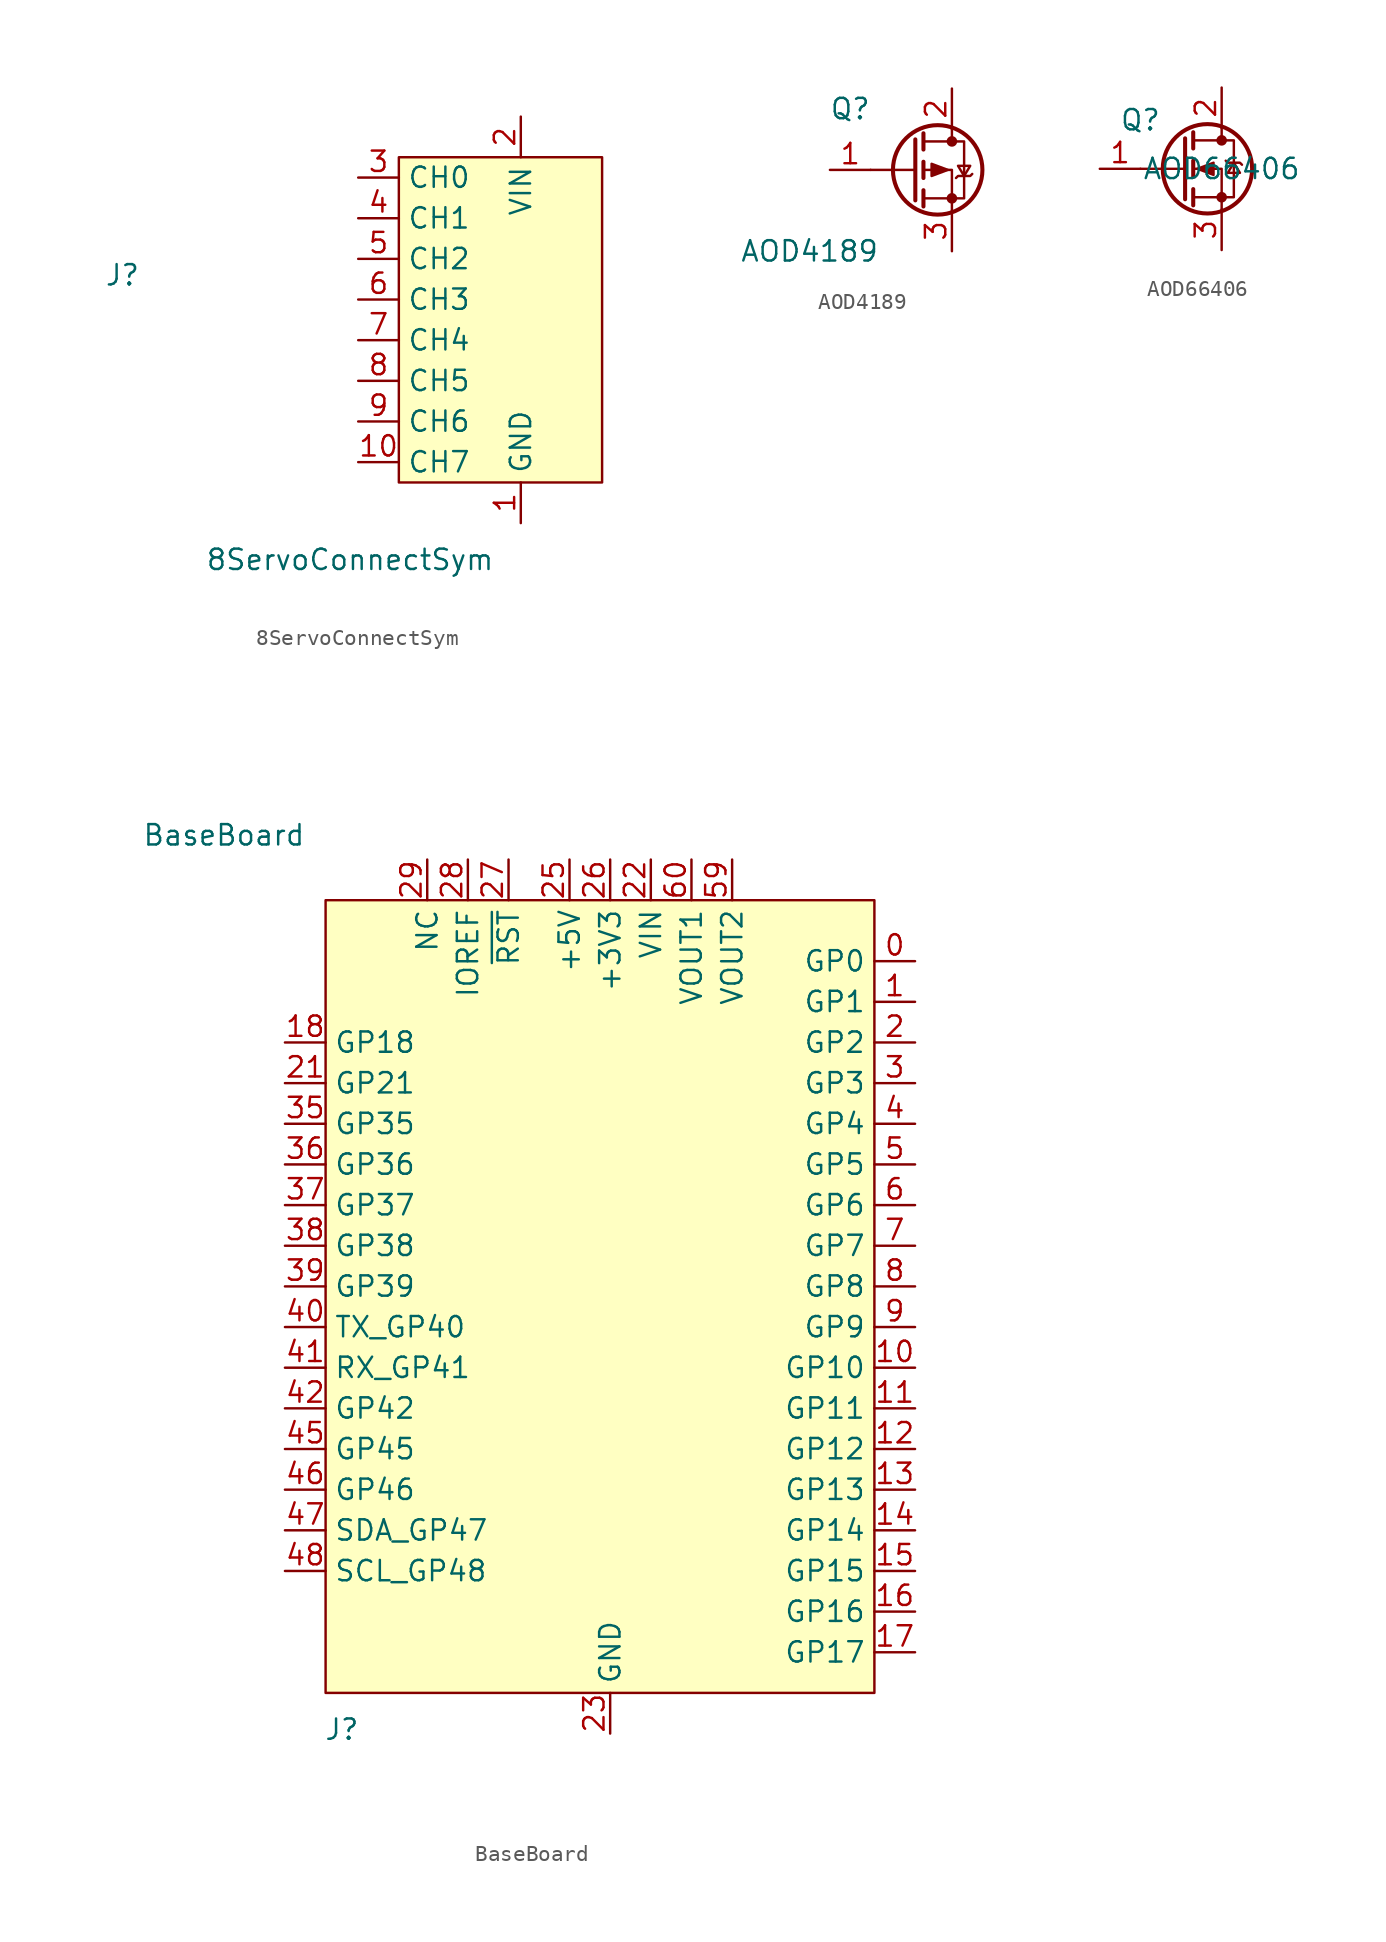
<source format=kicad_sym>
(kicad_symbol_lib
  (version 20231120)
  (generator "kicad_symbol_editor")
  (generator_version "8.0")
  (symbol "8ServoConnectSym"
    (property "Reference" "J"
      (at -17.272 -4.826 0)
      (effects (font (size 1.27 1.27))))
    (property "Value" "8ServoConnectSym"
      (at -3.048 -22.606 0)
      (effects (font (size 1.27 1.27))))
    (symbol "8ServoConnectSym_1_1"
      (rectangle (start 0 2.54) (end 12.7 -17.78) (stroke (width 0) (type default)) (fill (type background)))
      (pin power_in line (at 7.62 -20.32 90) (length 2.54) (name "GND" (effects (font (size 1.27 1.27)))) (number "1" (effects (font (size 1.27 1.27)))))
      (pin input line (at -2.54 -16.51 0) (length 2.54) (name "CH7" (effects (font (size 1.27 1.27)))) (number "10" (effects (font (size 1.27 1.27)))))
      (pin power_in line (at 7.62 5.08 270) (length 2.54) (name "VIN" (effects (font (size 1.27 1.27)))) (number "2" (effects (font (size 1.27 1.27)))))
      (pin input line (at -2.54 1.27 0) (length 2.54) (name "CH0" (effects (font (size 1.27 1.27)))) (number "3" (effects (font (size 1.27 1.27)))))
      (pin input line (at -2.54 -1.27 0) (length 2.54) (name "CH1" (effects (font (size 1.27 1.27)))) (number "4" (effects (font (size 1.27 1.27)))))
      (pin input line (at -2.54 -3.81 0) (length 2.54) (name "CH2" (effects (font (size 1.27 1.27)))) (number "5" (effects (font (size 1.27 1.27)))))
      (pin input line (at -2.54 -6.35 0) (length 2.54) (name "CH3" (effects (font (size 1.27 1.27)))) (number "6" (effects (font (size 1.27 1.27)))))
      (pin input line (at -2.54 -8.89 0) (length 2.54) (name "CH4" (effects (font (size 1.27 1.27)))) (number "7" (effects (font (size 1.27 1.27)))))
      (pin input line (at -2.54 -11.43 0) (length 2.54) (name "CH5" (effects (font (size 1.27 1.27)))) (number "8" (effects (font (size 1.27 1.27)))))
      (pin input line (at -2.54 -13.97 0) (length 2.54) (name "CH6" (effects (font (size 1.27 1.27)))) (number "9" (effects (font (size 1.27 1.27)))))))
  (symbol "AOD4189"
    (pin_names hide)
    (property "Reference" "Q"
      (at -6.35 3.81 0)
      (effects (font (size 1.27 1.27))))
    (property "Value" "AOD4189"
      (at -8.89 -5.08 0)
      (effects (font (size 1.27 1.27))))
    (symbol "AOD4189_0_1"
      (circle (center -0.889 0) (radius 2.794) (stroke (width 0.254) (type default)) (fill (type none)))
      (circle (center 0 -1.778) (radius 0.254) (stroke (width 0) (type default)) (fill (type outline)))
      (polyline (pts (xy -2.286 0) (xy -5.08 0)) (stroke (width 0) (type default)) (fill (type none)))
      (polyline (pts (xy -2.286 1.905) (xy -2.286 -1.905)) (stroke (width 0.254) (type default)) (fill (type none)))
      (polyline (pts (xy -1.778 -1.27) (xy -1.778 -2.286)) (stroke (width 0.254) (type default)) (fill (type none)))
      (polyline (pts (xy -1.778 0.508) (xy -1.778 -0.508)) (stroke (width 0.254) (type default)) (fill (type none)))
      (polyline (pts (xy -1.778 2.286) (xy -1.778 1.27)) (stroke (width 0.254) (type default)) (fill (type none)))
      (polyline (pts (xy 0 2.54) (xy 0 1.778)) (stroke (width 0) (type default)) (fill (type none)))
      (polyline (pts (xy 0 -2.54) (xy 0 0) (xy -1.778 0)) (stroke (width 0) (type default)) (fill (type none)))
      (polyline (pts (xy -1.778 1.778) (xy 0.762 1.778) (xy 0.762 -1.778) (xy -1.778 -1.778)) (stroke (width 0) (type default)) (fill (type none)))
      (polyline (pts (xy -0.254 0) (xy -1.27 0.381) (xy -1.27 -0.381) (xy -0.254 0)) (stroke (width 0) (type default)) (fill (type outline)))
      (polyline (pts (xy 0.254 -0.508) (xy 0.381 -0.381) (xy 1.143 -0.381) (xy 1.27 -0.254)) (stroke (width 0) (type default)) (fill (type none)))
      (polyline (pts (xy 0.762 -0.381) (xy 0.381 0.254) (xy 1.143 0.254) (xy 0.762 -0.381)) (stroke (width 0) (type default)) (fill (type none)))
      (circle (center 0 1.778) (radius 0.254) (stroke (width 0) (type default)) (fill (type outline))))
    (symbol "AOD4189_1_1"
      (pin input line (at -7.62 0 0) (length 2.54) (name "G" (effects (font (size 1.27 1.27)))) (number "1" (effects (font (size 1.27 1.27)))))
      (pin passive line (at 0 5.08 270) (length 2.54) (name "D" (effects (font (size 1.27 1.27)))) (number "2" (effects (font (size 1.27 1.27)))))
      (pin passive line (at 0 -5.08 90) (length 2.54) (name "S" (effects (font (size 1.27 1.27)))) (number "3" (effects (font (size 1.27 1.27)))))))
  (symbol "AOD66406"
    (pin_names hide)
    (property "Reference" "Q"
      (at -5.08 3.048 0)
      (effects (font (size 1.27 1.27))))
    (property "Value" "AOD66406"
      (at 0 0 0)
      (effects (font (size 1.27 1.27))))
    (symbol "AOD66406_0_1"
      (circle (center -0.889 0) (radius 2.794) (stroke (width 0.254) (type default)) (fill (type none)))
      (circle (center 0 -1.778) (radius 0.254) (stroke (width 0) (type default)) (fill (type outline)))
      (polyline (pts (xy -2.286 0) (xy -5.08 0)) (stroke (width 0) (type default)) (fill (type none)))
      (polyline (pts (xy -2.286 1.905) (xy -2.286 -1.905)) (stroke (width 0.254) (type default)) (fill (type none)))
      (polyline (pts (xy -1.778 -1.27) (xy -1.778 -2.286)) (stroke (width 0.254) (type default)) (fill (type none)))
      (polyline (pts (xy -1.778 0.508) (xy -1.778 -0.508)) (stroke (width 0.254) (type default)) (fill (type none)))
      (polyline (pts (xy -1.778 2.286) (xy -1.778 1.27)) (stroke (width 0.254) (type default)) (fill (type none)))
      (polyline (pts (xy 0 2.54) (xy 0 1.778)) (stroke (width 0) (type default)) (fill (type none)))
      (polyline (pts (xy 0 -2.54) (xy 0 0) (xy -1.778 0)) (stroke (width 0) (type default)) (fill (type none)))
      (polyline (pts (xy -1.778 -1.778) (xy 0.762 -1.778) (xy 0.762 1.778) (xy -1.778 1.778)) (stroke (width 0) (type default)) (fill (type none)))
      (polyline (pts (xy -1.524 0) (xy -0.508 0.381) (xy -0.508 -0.381) (xy -1.524 0)) (stroke (width 0) (type default)) (fill (type outline)))
      (polyline (pts (xy 0.254 0.508) (xy 0.381 0.381) (xy 1.143 0.381) (xy 1.27 0.254)) (stroke (width 0) (type default)) (fill (type none)))
      (polyline (pts (xy 0.762 0.381) (xy 0.381 -0.254) (xy 1.143 -0.254) (xy 0.762 0.381)) (stroke (width 0) (type default)) (fill (type none)))
      (circle (center 0 1.778) (radius 0.254) (stroke (width 0) (type default)) (fill (type outline))))
    (symbol "AOD66406_1_1"
      (pin input line (at -7.62 0 0) (length 2.54) (name "G" (effects (font (size 1.27 1.27)))) (number "1" (effects (font (size 1.27 1.27)))))
      (pin passive line (at 0 5.08 270) (length 2.54) (name "D" (effects (font (size 1.27 1.27)))) (number "2" (effects (font (size 1.27 1.27)))))
      (pin passive line (at 0 -5.08 90) (length 2.54) (name "S" (effects (font (size 1.27 1.27)))) (number "3" (effects (font (size 1.27 1.27)))))))
  (symbol "BaseBoard"
    (property "Reference" "J"
      (at -19.304 -42.926 0)
      (effects (font (size 1.27 1.27))))
    (property "Value" "BaseBoard"
      (at -26.67 12.954 0)
      (effects (font (size 1.27 1.27))))
    (symbol "BaseBoard_1_1"
      (rectangle (start -20.32 8.89) (end 13.97 -40.64) (stroke (width 0) (type default)) (fill (type background)))
      (pin bidirectional line (at 16.51 5.08 180) (length 2.54) (name "GP0" (effects (font (size 1.27 1.27)))) (number "0" (effects (font (size 1.27 1.27)))))
      (pin bidirectional line (at 16.51 2.54 180) (length 2.54) (name "GP1" (effects (font (size 1.27 1.27)))) (number "1" (effects (font (size 1.27 1.27)))))
      (pin bidirectional line (at 16.51 -20.32 180) (length 2.54) (name "GP10" (effects (font (size 1.27 1.27)))) (number "10" (effects (font (size 1.27 1.27)))))
      (pin bidirectional line (at 16.51 -22.86 180) (length 2.54) (name "GP11" (effects (font (size 1.27 1.27)))) (number "11" (effects (font (size 1.27 1.27)))))
      (pin bidirectional line (at 16.51 -25.4 180) (length 2.54) (name "GP12" (effects (font (size 1.27 1.27)))) (number "12" (effects (font (size 1.27 1.27)))))
      (pin bidirectional line (at 16.51 -27.94 180) (length 2.54) (name "GP13" (effects (font (size 1.27 1.27)))) (number "13" (effects (font (size 1.27 1.27)))))
      (pin bidirectional line (at 16.51 -30.48 180) (length 2.54) (name "GP14" (effects (font (size 1.27 1.27)))) (number "14" (effects (font (size 1.27 1.27)))))
      (pin bidirectional line (at 16.51 -33.02 180) (length 2.54) (name "GP15" (effects (font (size 1.27 1.27)))) (number "15" (effects (font (size 1.27 1.27)))))
      (pin bidirectional line (at 16.51 -35.56 180) (length 2.54) (name "GP16" (effects (font (size 1.27 1.27)))) (number "16" (effects (font (size 1.27 1.27)))))
      (pin bidirectional line (at 16.51 -38.1 180) (length 2.54) (name "GP17" (effects (font (size 1.27 1.27)))) (number "17" (effects (font (size 1.27 1.27)))))
      (pin bidirectional line (at -22.86 0 0) (length 2.54) (name "GP18" (effects (font (size 1.27 1.27)))) (number "18" (effects (font (size 1.27 1.27)))))
      (pin bidirectional line (at 16.51 0 180) (length 2.54) (name "GP2" (effects (font (size 1.27 1.27)))) (number "2" (effects (font (size 1.27 1.27)))))
      (pin bidirectional line (at -22.86 -2.54 0) (length 2.54) (name "GP21" (effects (font (size 1.27 1.27)))) (number "21" (effects (font (size 1.27 1.27)))))
      (pin power_in line (at 0 11.43 270) (length 2.54) (name "VIN" (effects (font (size 1.27 1.27)))) (number "22" (effects (font (size 1.27 1.27)))))
      (pin power_in line (at -2.54 -43.18 90) (length 2.54) (name "GND" (effects (font (size 1.27 1.27)))) (number "23" (effects (font (size 1.27 1.27)))))
      (pin power_in line (at -2.54 -43.18 90) (length 2.54) hide (name "GND" (effects (font (size 1.27 1.27)))) (number "24" (effects (font (size 1.27 1.27)))))
      (pin power_in line (at -5.08 11.43 270) (length 2.54) (name "+5V" (effects (font (size 1.27 1.27)))) (number "25" (effects (font (size 1.27 1.27)))))
      (pin power_in line (at -2.54 11.43 270) (length 2.54) (name "+3V3" (effects (font (size 1.27 1.27)))) (number "26" (effects (font (size 1.27 1.27)))))
      (pin bidirectional line (at -8.89 11.43 270) (length 2.54) (name "~{RST}" (effects (font (size 1.27 1.27)))) (number "27" (effects (font (size 1.27 1.27)))))
      (pin bidirectional line (at -11.43 11.43 270) (length 2.54) (name "IOREF" (effects (font (size 1.27 1.27)))) (number "28" (effects (font (size 1.27 1.27)))))
      (pin bidirectional line (at -13.97 11.43 270) (length 2.54) (name "NC" (effects (font (size 1.27 1.27)))) (number "29" (effects (font (size 1.27 1.27)))))
      (pin bidirectional line (at 16.51 -2.54 180) (length 2.54) (name "GP3" (effects (font (size 1.27 1.27)))) (number "3" (effects (font (size 1.27 1.27)))))
      (pin power_in line (at -2.54 -43.18 90) (length 2.54) hide (name "GND" (effects (font (size 1.27 1.27)))) (number "30" (effects (font (size 1.27 1.27)))))
      (pin power_in line (at -2.54 11.43 270) (length 2.54) hide (name "+3V3" (effects (font (size 1.27 1.27)))) (number "32" (effects (font (size 1.27 1.27)))))
      (pin bidirectional line (at -22.86 -5.08 0) (length 2.54) (name "GP35" (effects (font (size 1.27 1.27)))) (number "35" (effects (font (size 1.27 1.27)))))
      (pin bidirectional line (at -22.86 -7.62 0) (length 2.54) (name "GP36" (effects (font (size 1.27 1.27)))) (number "36" (effects (font (size 1.27 1.27)))))
      (pin bidirectional line (at -22.86 -10.16 0) (length 2.54) (name "GP37" (effects (font (size 1.27 1.27)))) (number "37" (effects (font (size 1.27 1.27)))))
      (pin bidirectional line (at -22.86 -12.7 0) (length 2.54) (name "GP38" (effects (font (size 1.27 1.27)))) (number "38" (effects (font (size 1.27 1.27)))))
      (pin bidirectional line (at -22.86 -15.24 0) (length 2.54) (name "GP39" (effects (font (size 1.27 1.27)))) (number "39" (effects (font (size 1.27 1.27)))))
      (pin bidirectional line (at 16.51 -5.08 180) (length 2.54) (name "GP4" (effects (font (size 1.27 1.27)))) (number "4" (effects (font (size 1.27 1.27)))))
      (pin bidirectional line (at -22.86 -17.78 0) (length 2.54) (name "TX_GP40" (effects (font (size 1.27 1.27)))) (number "40" (effects (font (size 1.27 1.27)))))
      (pin bidirectional line (at -22.86 -20.32 0) (length 2.54) (name "RX_GP41" (effects (font (size 1.27 1.27)))) (number "41" (effects (font (size 1.27 1.27)))))
      (pin bidirectional line (at -22.86 -22.86 0) (length 2.54) (name "GP42" (effects (font (size 1.27 1.27)))) (number "42" (effects (font (size 1.27 1.27)))))
      (pin bidirectional line (at -22.86 -25.4 0) (length 2.54) (name "GP45" (effects (font (size 1.27 1.27)))) (number "45" (effects (font (size 1.27 1.27)))))
      (pin bidirectional line (at -22.86 -27.94 0) (length 2.54) (name "GP46" (effects (font (size 1.27 1.27)))) (number "46" (effects (font (size 1.27 1.27)))))
      (pin bidirectional line (at -22.86 -30.48 0) (length 2.54) (name "SDA_GP47" (effects (font (size 1.27 1.27)))) (number "47" (effects (font (size 1.27 1.27)))))
      (pin bidirectional line (at -22.86 -33.02 0) (length 2.54) (name "SCL_GP48" (effects (font (size 1.27 1.27)))) (number "48" (effects (font (size 1.27 1.27)))))
      (pin bidirectional line (at 16.51 -7.62 180) (length 2.54) (name "GP5" (effects (font (size 1.27 1.27)))) (number "5" (effects (font (size 1.27 1.27)))))
      (pin power_in line (at 0 11.43 270) (length 2.54) hide (name "VIN" (effects (font (size 1.27 1.27)))) (number "53" (effects (font (size 1.27 1.27)))))
      (pin power_in line (at 0 11.43 270) (length 2.54) hide (name "VIN" (effects (font (size 1.27 1.27)))) (number "54" (effects (font (size 1.27 1.27)))))
      (pin power_in line (at -2.54 -43.18 90) (length 2.54) hide (name "GND" (effects (font (size 1.27 1.27)))) (number "55" (effects (font (size 1.27 1.27)))))
      (pin power_in line (at -2.54 -43.18 90) (length 2.54) hide (name "GND" (effects (font (size 1.27 1.27)))) (number "56" (effects (font (size 1.27 1.27)))))
      (pin power_in line (at -2.54 -43.18 90) (length 2.54) hide (name "GND" (effects (font (size 1.27 1.27)))) (number "57" (effects (font (size 1.27 1.27)))))
      (pin power_in line (at -2.54 -43.18 90) (length 2.54) hide (name "GND" (effects (font (size 1.27 1.27)))) (number "58" (effects (font (size 1.27 1.27)))))
      (pin power_in line (at 5.08 11.43 270) (length 2.54) (name "VOUT2" (effects (font (size 1.27 1.27)))) (number "59" (effects (font (size 1.27 1.27)))))
      (pin bidirectional line (at 16.51 -10.16 180) (length 2.54) (name "GP6" (effects (font (size 1.27 1.27)))) (number "6" (effects (font (size 1.27 1.27)))))
      (pin power_in line (at 2.54 11.43 270) (length 2.54) (name "VOUT1" (effects (font (size 1.27 1.27)))) (number "60" (effects (font (size 1.27 1.27)))))
      (pin power_in line (at -5.08 11.43 270) (length 2.54) hide (name "+5V" (effects (font (size 1.27 1.27)))) (number "61" (effects (font (size 1.27 1.27)))))
      (pin power_in line (at -2.54 11.43 270) (length 2.54) hide (name "+3V3" (effects (font (size 1.27 1.27)))) (number "62" (effects (font (size 1.27 1.27)))))
      (pin bidirectional line (at 16.51 -12.7 180) (length 2.54) (name "GP7" (effects (font (size 1.27 1.27)))) (number "7" (effects (font (size 1.27 1.27)))))
      (pin bidirectional line (at 16.51 -15.24 180) (length 2.54) (name "GP8" (effects (font (size 1.27 1.27)))) (number "8" (effects (font (size 1.27 1.27)))))
      (pin bidirectional line (at 16.51 -17.78 180) (length 2.54) (name "GP9" (effects (font (size 1.27 1.27)))) (number "9" (effects (font (size 1.27 1.27))))))))
</source>
